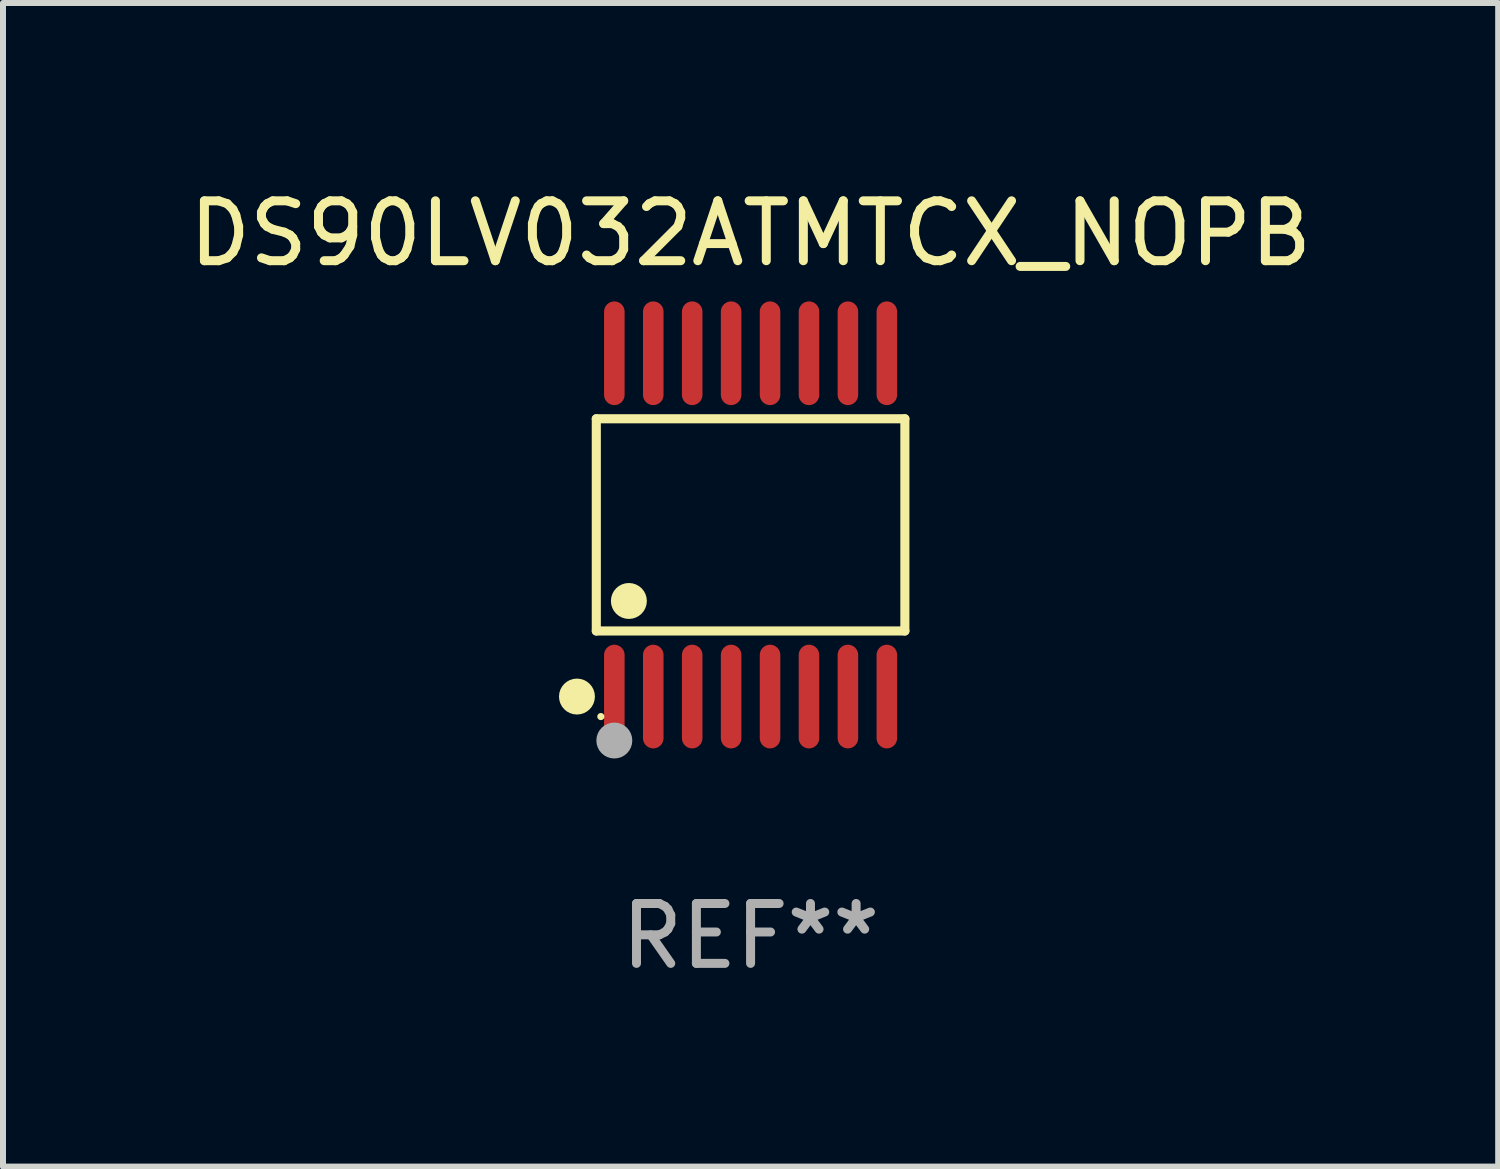
<source format=kicad_pcb>
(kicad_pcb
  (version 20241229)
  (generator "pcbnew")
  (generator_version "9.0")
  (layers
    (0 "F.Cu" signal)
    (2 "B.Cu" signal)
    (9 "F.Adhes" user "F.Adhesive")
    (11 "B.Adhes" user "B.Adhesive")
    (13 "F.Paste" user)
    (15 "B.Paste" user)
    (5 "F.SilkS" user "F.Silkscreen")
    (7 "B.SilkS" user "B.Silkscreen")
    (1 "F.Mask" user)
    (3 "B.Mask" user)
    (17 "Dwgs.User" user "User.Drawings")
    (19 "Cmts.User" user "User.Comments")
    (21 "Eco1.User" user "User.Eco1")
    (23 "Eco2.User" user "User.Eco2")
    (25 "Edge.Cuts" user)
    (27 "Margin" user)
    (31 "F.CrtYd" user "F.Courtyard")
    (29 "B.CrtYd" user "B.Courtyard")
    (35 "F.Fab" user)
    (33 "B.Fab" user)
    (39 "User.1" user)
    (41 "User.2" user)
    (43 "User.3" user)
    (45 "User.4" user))
  (footprint "DS90LV032ATMTCX_NOPB"
    (layer "F.Cu")
    (at 9.482 5.714)
    (property "Reference" "DS90LV032ATMTCX_NOPB" (at 0 -4.866 0) (layer "F.SilkS") (effects (font (size 1 1) (thickness 0.15))))
    (attr through_hole)
    (fp_line (start -2.576 -1.772) (end 2.576 -1.772) (stroke (width 0.152) (type solid)) (layer "F.SilkS"))
    (fp_line (start -2.576 1.771) (end -2.576 -1.772) (stroke (width 0.152) (type solid)) (layer "F.SilkS"))
    (fp_line (start 2.576 -1.772) (end 2.576 1.771) (stroke (width 0.152) (type solid)) (layer "F.SilkS"))
    (fp_line (start 2.576 1.771) (end -2.576 1.771) (stroke (width 0.152) (type solid)) (layer "F.SilkS"))
    (fp_circle (center -2.899 2.866) (end -2.749 2.866) (stroke (width 0.3) (type solid)) (fill no) (layer "F.SilkS"))
    (fp_circle (center -2.5 3.2) (end -2.47 3.2) (stroke (width 0.06) (type solid)) (fill no) (layer "F.SilkS"))
    (fp_circle (center -2.032 1.27) (end -1.882 1.27) (stroke (width 0.3) (type solid)) (fill no) (layer "F.SilkS"))
    (fp_circle (center -2.275 3.6) (end -2.125 3.6) (stroke (width 0.3) (type solid)) (fill no) (layer "F.Fab"))
    (fp_text user "REF**" (at 0 6.866 0) (layer "F.Fab") (effects (font (size 1 1) (thickness 0.15))))
    (pad "1" smd oval (at -2.275 2.866) (size 0.343 1.731) (layers "F.Cu" "F.Mask" "F.Paste"))
    (pad "2" smd oval (at -1.625 2.866) (size 0.343 1.731) (layers "F.Cu" "F.Mask" "F.Paste"))
    (pad "3" smd oval (at -0.975 2.866) (size 0.343 1.731) (layers "F.Cu" "F.Mask" "F.Paste"))
    (pad "4" smd oval (at -0.325 2.866) (size 0.343 1.731) (layers "F.Cu" "F.Mask" "F.Paste"))
    (pad "5" smd oval (at 0.325 2.866) (size 0.343 1.731) (layers "F.Cu" "F.Mask" "F.Paste"))
    (pad "6" smd oval (at 0.975 2.866) (size 0.343 1.731) (layers "F.Cu" "F.Mask" "F.Paste"))
    (pad "7" smd oval (at 1.625 2.866) (size 0.343 1.731) (layers "F.Cu" "F.Mask" "F.Paste"))
    (pad "8" smd oval (at 2.275 2.866) (size 0.343 1.731) (layers "F.Cu" "F.Mask" "F.Paste"))
    (pad "9" smd oval (at 2.275 -2.866) (size 0.343 1.731) (layers "F.Cu" "F.Mask" "F.Paste"))
    (pad "10" smd oval (at 1.625 -2.866) (size 0.343 1.731) (layers "F.Cu" "F.Mask" "F.Paste"))
    (pad "11" smd oval (at 0.975 -2.866) (size 0.343 1.731) (layers "F.Cu" "F.Mask" "F.Paste"))
    (pad "12" smd oval (at 0.325 -2.866) (size 0.343 1.731) (layers "F.Cu" "F.Mask" "F.Paste"))
    (pad "13" smd oval (at -0.325 -2.866) (size 0.343 1.731) (layers "F.Cu" "F.Mask" "F.Paste"))
    (pad "14" smd oval (at -0.975 -2.866) (size 0.343 1.731) (layers "F.Cu" "F.Mask" "F.Paste"))
    (pad "15" smd oval (at -1.625 -2.866) (size 0.343 1.731) (layers "F.Cu" "F.Mask" "F.Paste"))
    (pad "16" smd oval (at -2.275 -2.866) (size 0.343 1.731) (layers "F.Cu" "F.Mask" "F.Paste")))
  (gr_rect
    (start -3 -3)
    (end 21.964 16.428)
    (stroke (width 0.1) (type default))
    (fill no)
    (layer "Edge.Cuts")))
</source>
